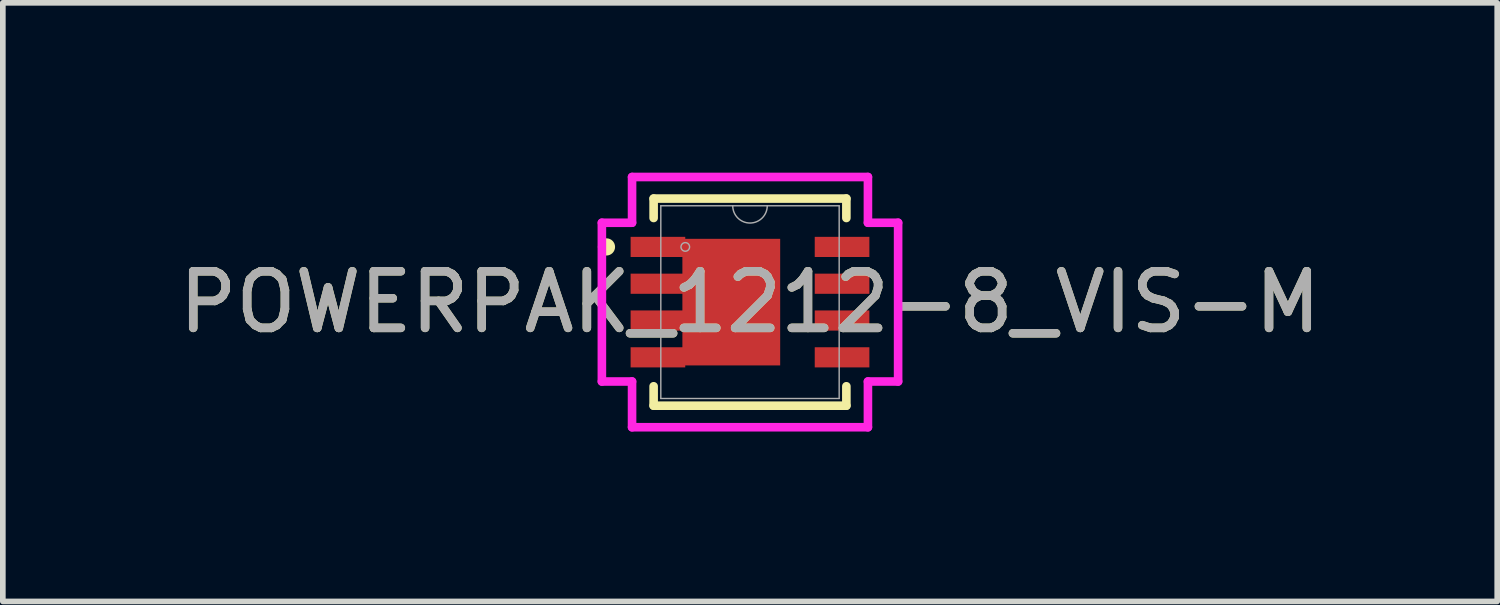
<source format=kicad_pcb>
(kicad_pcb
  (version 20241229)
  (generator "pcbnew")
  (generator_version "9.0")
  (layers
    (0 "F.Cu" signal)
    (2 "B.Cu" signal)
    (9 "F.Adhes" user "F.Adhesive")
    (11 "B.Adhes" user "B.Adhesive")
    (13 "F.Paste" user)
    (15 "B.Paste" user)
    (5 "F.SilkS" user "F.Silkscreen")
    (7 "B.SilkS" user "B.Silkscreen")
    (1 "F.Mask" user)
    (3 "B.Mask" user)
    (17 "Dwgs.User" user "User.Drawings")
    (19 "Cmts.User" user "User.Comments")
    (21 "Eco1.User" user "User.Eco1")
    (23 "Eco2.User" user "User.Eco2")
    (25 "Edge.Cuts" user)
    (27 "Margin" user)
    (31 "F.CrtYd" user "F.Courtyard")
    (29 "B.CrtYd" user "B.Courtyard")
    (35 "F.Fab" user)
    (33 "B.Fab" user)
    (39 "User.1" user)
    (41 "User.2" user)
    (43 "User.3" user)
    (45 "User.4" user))
  (footprint "POWERPAK_1212-8_VIS-M"
    (layer "F.Cu")
    (at 10.196 2.286)
    (property "Reference" "POWERPAK_1212-8_VIS-M" (at 0 0 0) (unlocked yes) (layer "F.SilkS") (effects (font (size 1 1) (thickness 0.15))))
    (attr smd)
    (fp_poly (pts (xy -1.194 -1.118) (xy 0.533 -1.118) (xy 0.533 1.118) (xy -1.194 1.118)) (stroke (width 0) (type solid)) (fill yes) (layer "F.Cu"))
    (fp_poly (pts (xy -1.194 -1.118) (xy 0.533 -1.118) (xy 0.533 1.118) (xy -1.194 1.118)) (stroke (width 0) (type solid)) (fill yes) (layer "F.Mask"))
    (fp_line (start -1.702 -1.829) (end -1.702 -1.486) (stroke (width 0.152) (type solid)) (layer "F.SilkS"))
    (fp_line (start -1.702 1.486) (end -1.702 1.829) (stroke (width 0.152) (type solid)) (layer "F.SilkS"))
    (fp_line (start -1.702 1.829) (end 1.702 1.829) (stroke (width 0.152) (type solid)) (layer "F.SilkS"))
    (fp_line (start 1.702 -1.829) (end -1.702 -1.829) (stroke (width 0.152) (type solid)) (layer "F.SilkS"))
    (fp_line (start 1.702 -1.486) (end 1.702 -1.829) (stroke (width 0.152) (type solid)) (layer "F.SilkS"))
    (fp_line (start 1.702 1.829) (end 1.702 1.486) (stroke (width 0.152) (type solid)) (layer "F.SilkS"))
    (fp_circle (center -2.535 -0.975) (end -2.459 -0.975) (stroke (width 0.152) (type solid)) (fill no) (layer "F.SilkS"))
    (fp_poly (pts (xy -1.194 -1.118) (xy 0.533 -1.118) (xy 0.533 1.118) (xy -1.194 1.118)) (stroke (width 0) (type solid)) (fill yes) (layer "F.Paste"))
    (fp_line (start -2.616 -1.402) (end -2.083 -1.402) (stroke (width 0.152) (type solid)) (layer "F.CrtYd"))
    (fp_line (start -2.616 1.402) (end -2.616 -1.402) (stroke (width 0.152) (type solid)) (layer "F.CrtYd"))
    (fp_line (start -2.616 1.402) (end -2.083 1.402) (stroke (width 0.152) (type solid)) (layer "F.CrtYd"))
    (fp_line (start -2.083 -2.21) (end 2.083 -2.21) (stroke (width 0.152) (type solid)) (layer "F.CrtYd"))
    (fp_line (start -2.083 -1.402) (end -2.083 -2.21) (stroke (width 0.152) (type solid)) (layer "F.CrtYd"))
    (fp_line (start -2.083 2.21) (end -2.083 1.402) (stroke (width 0.152) (type solid)) (layer "F.CrtYd"))
    (fp_line (start 2.083 -2.21) (end 2.083 -1.402) (stroke (width 0.152) (type solid)) (layer "F.CrtYd"))
    (fp_line (start 2.083 1.402) (end 2.083 2.21) (stroke (width 0.152) (type solid)) (layer "F.CrtYd"))
    (fp_line (start 2.083 2.21) (end -2.083 2.21) (stroke (width 0.152) (type solid)) (layer "F.CrtYd"))
    (fp_line (start 2.616 -1.402) (end 2.083 -1.402) (stroke (width 0.152) (type solid)) (layer "F.CrtYd"))
    (fp_line (start 2.616 -1.402) (end 2.616 1.402) (stroke (width 0.152) (type solid)) (layer "F.CrtYd"))
    (fp_line (start 2.616 1.402) (end 2.083 1.402) (stroke (width 0.152) (type solid)) (layer "F.CrtYd"))
    (fp_line (start -1.575 -1.702) (end -1.575 1.702) (stroke (width 0.025) (type solid)) (layer "F.Fab"))
    (fp_line (start -1.575 1.702) (end 1.575 1.702) (stroke (width 0.025) (type solid)) (layer "F.Fab"))
    (fp_line (start 1.575 -1.702) (end -1.575 -1.702) (stroke (width 0.025) (type solid)) (layer "F.Fab"))
    (fp_line (start 1.575 1.702) (end 1.575 -1.702) (stroke (width 0.025) (type solid)) (layer "F.Fab"))
    (fp_arc (start 0.3048 -1.7018) (mid 0 -1.397) (end -0.3048 -1.7018) (stroke (width 0.0254) (type solid)) (layer "F.Fab"))
    (fp_circle (center -1.143 -0.975) (end -1.067 -0.975) (stroke (width 0.025) (type solid)) (fill no) (layer "F.Fab"))
    (fp_text user "${REFERENCE}" (at 0 0 0) (unlocked yes) (layer "F.Fab") (effects (font (size 1 1) (thickness 0.15))))
    (pad "1" smd rect (at -1.626 -0.975) (size 0.965 0.356) (layers "F.Cu" "F.Mask" "F.Paste"))
    (pad "2" smd rect (at -1.626 -0.325) (size 0.965 0.356) (layers "F.Cu" "F.Mask" "F.Paste"))
    (pad "3" smd rect (at -1.626 0.325) (size 0.965 0.356) (layers "F.Cu" "F.Mask" "F.Paste"))
    (pad "4" smd rect (at -1.626 0.975) (size 0.965 0.356) (layers "F.Cu" "F.Mask" "F.Paste"))
    (pad "5" smd rect (at 1.626 0.975) (size 0.965 0.356) (layers "F.Cu" "F.Mask" "F.Paste"))
    (pad "6" smd rect (at 1.626 0.325) (size 0.965 0.356) (layers "F.Cu" "F.Mask" "F.Paste"))
    (pad "7" smd rect (at 1.626 -0.325) (size 0.965 0.356) (layers "F.Cu" "F.Mask" "F.Paste"))
    (pad "8" smd rect (at 1.626 -0.975) (size 0.965 0.356) (layers "F.Cu" "F.Mask" "F.Paste")))
  (gr_rect
    (start -3 -3)
    (end 23.393 7.572)
    (stroke (width 0.1) (type default))
    (fill no)
    (layer "Edge.Cuts")))
</source>
